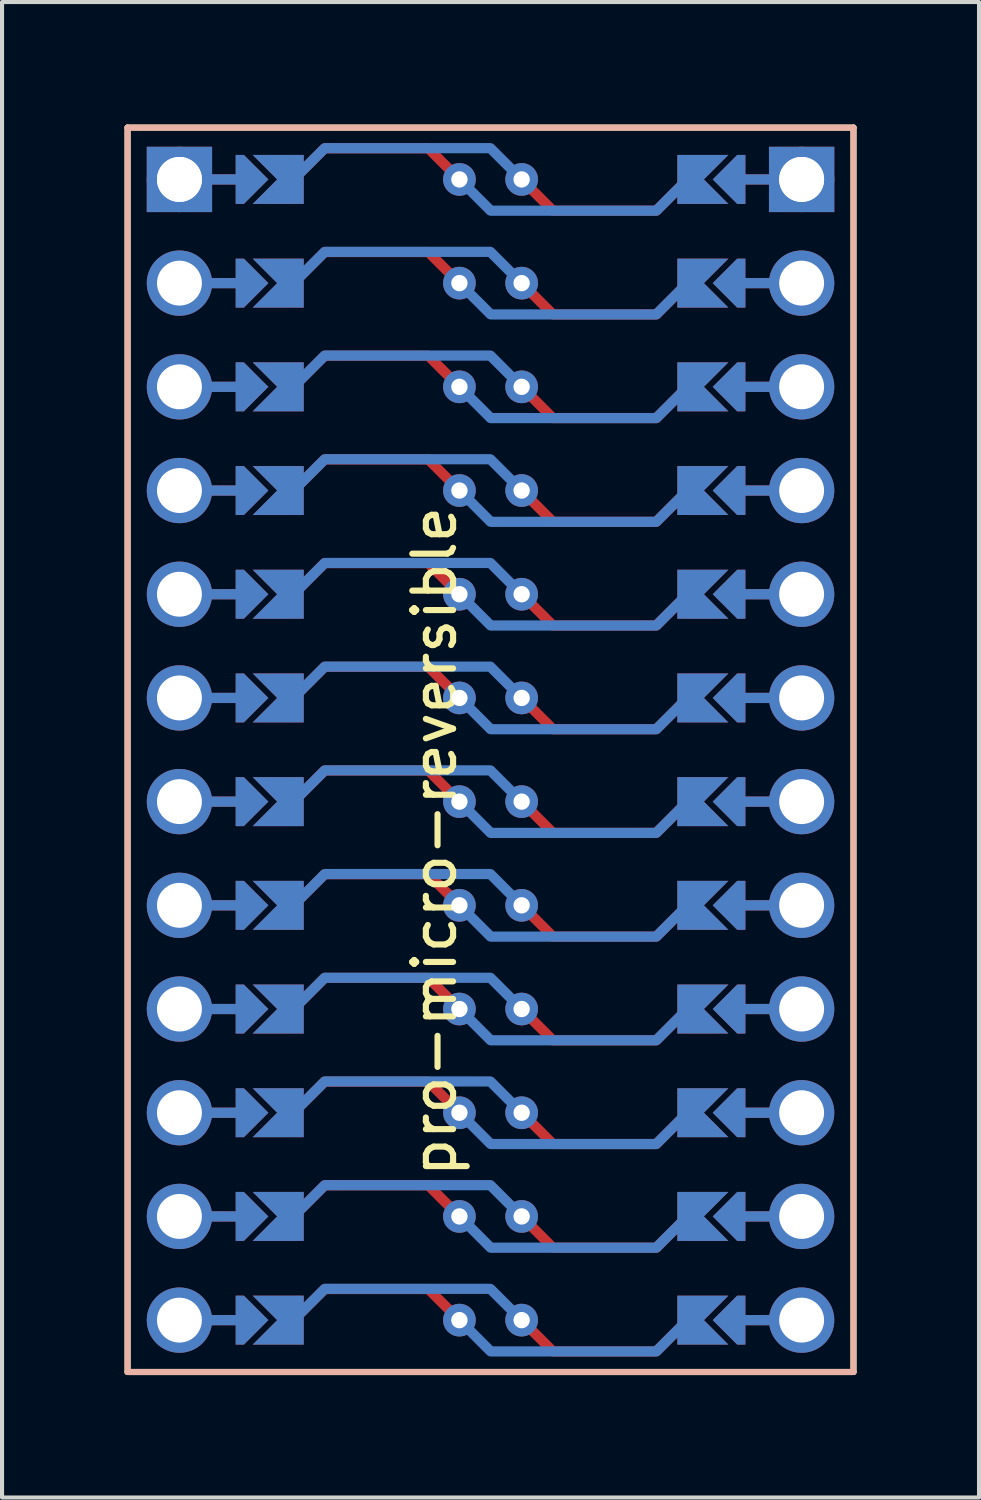
<source format=kicad_pcb>
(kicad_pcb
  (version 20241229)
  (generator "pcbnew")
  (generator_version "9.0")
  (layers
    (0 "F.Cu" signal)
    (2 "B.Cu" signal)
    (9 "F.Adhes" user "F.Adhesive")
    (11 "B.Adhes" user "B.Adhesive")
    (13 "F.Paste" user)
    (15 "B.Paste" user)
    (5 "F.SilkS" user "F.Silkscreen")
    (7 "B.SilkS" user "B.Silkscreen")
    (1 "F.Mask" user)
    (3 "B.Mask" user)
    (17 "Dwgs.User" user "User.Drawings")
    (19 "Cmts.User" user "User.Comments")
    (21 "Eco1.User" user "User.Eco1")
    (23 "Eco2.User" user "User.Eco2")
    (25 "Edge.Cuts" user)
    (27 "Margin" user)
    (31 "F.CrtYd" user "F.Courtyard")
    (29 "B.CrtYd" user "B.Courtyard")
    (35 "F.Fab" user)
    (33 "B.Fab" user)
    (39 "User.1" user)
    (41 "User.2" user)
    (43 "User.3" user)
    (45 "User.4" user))
  (footprint "pro-micro-reversible"
    (layer "F.Cu")
    (at 8.863 14.797)
    (property "Reference" "pro-micro-reversible" (at -1.27 2.762 90) (layer "F.SilkS") (effects (font (size 1 1) (thickness 0.15))))
    (attr through_hole)
    (fp_rect (start -5.994 -13.96) (end -4.978 -12.944) (stroke (width 0.1) (type solid)) (fill yes) (layer "F.Mask"))
    (fp_rect (start -5.994 -11.42) (end -4.978 -10.404) (stroke (width 0.1) (type solid)) (fill yes) (layer "F.Mask"))
    (fp_rect (start -5.994 -8.88) (end -4.978 -7.864) (stroke (width 0.1) (type solid)) (fill yes) (layer "F.Mask"))
    (fp_rect (start -5.994 -6.34) (end -4.978 -5.324) (stroke (width 0.1) (type solid)) (fill yes) (layer "F.Mask"))
    (fp_rect (start -5.994 -3.8) (end -4.978 -2.784) (stroke (width 0.1) (type solid)) (fill yes) (layer "F.Mask"))
    (fp_rect (start -5.994 -1.26) (end -4.978 -0.244) (stroke (width 0.1) (type solid)) (fill yes) (layer "F.Mask"))
    (fp_rect (start -5.994 1.28) (end -4.978 2.296) (stroke (width 0.1) (type solid)) (fill yes) (layer "F.Mask"))
    (fp_rect (start -5.994 3.82) (end -4.978 4.836) (stroke (width 0.1) (type solid)) (fill yes) (layer "F.Mask"))
    (fp_rect (start -5.994 6.36) (end -4.978 7.376) (stroke (width 0.1) (type solid)) (fill yes) (layer "F.Mask"))
    (fp_rect (start -5.994 8.9) (end -4.978 9.916) (stroke (width 0.1) (type solid)) (fill yes) (layer "F.Mask"))
    (fp_rect (start -5.994 11.44) (end -4.978 12.456) (stroke (width 0.1) (type solid)) (fill yes) (layer "F.Mask"))
    (fp_rect (start -5.994 13.98) (end -4.978 14.996) (stroke (width 0.1) (type solid)) (fill yes) (layer "F.Mask"))
    (fp_rect (start 5.182 -13.96) (end 6.198 -12.944) (stroke (width 0.1) (type solid)) (fill yes) (layer "F.Mask"))
    (fp_rect (start 5.182 -11.42) (end 6.198 -10.404) (stroke (width 0.1) (type solid)) (fill yes) (layer "F.Mask"))
    (fp_rect (start 5.182 -8.88) (end 6.198 -7.864) (stroke (width 0.1) (type solid)) (fill yes) (layer "F.Mask"))
    (fp_rect (start 5.182 -6.34) (end 6.198 -5.324) (stroke (width 0.1) (type solid)) (fill yes) (layer "F.Mask"))
    (fp_rect (start 5.182 -3.8) (end 6.198 -2.784) (stroke (width 0.1) (type solid)) (fill yes) (layer "F.Mask"))
    (fp_rect (start 5.182 -1.26) (end 6.198 -0.244) (stroke (width 0.1) (type solid)) (fill yes) (layer "F.Mask"))
    (fp_rect (start 5.182 1.28) (end 6.198 2.296) (stroke (width 0.1) (type solid)) (fill yes) (layer "F.Mask"))
    (fp_rect (start 5.182 3.82) (end 6.198 4.836) (stroke (width 0.1) (type solid)) (fill yes) (layer "F.Mask"))
    (fp_rect (start 5.182 6.36) (end 6.198 7.376) (stroke (width 0.1) (type solid)) (fill yes) (layer "F.Mask"))
    (fp_rect (start 5.182 8.9) (end 6.198 9.916) (stroke (width 0.1) (type solid)) (fill yes) (layer "F.Mask"))
    (fp_rect (start 5.182 11.44) (end 6.198 12.456) (stroke (width 0.1) (type solid)) (fill yes) (layer "F.Mask"))
    (fp_rect (start 5.182 13.98) (end 6.198 14.996) (stroke (width 0.1) (type solid)) (fill yes) (layer "F.Mask"))
    (fp_circle (center -0.66 -13.452) (end -0.66 -13.327) (stroke (width 0.25) (type solid)) (fill no) (layer "F.Mask"))
    (fp_circle (center -0.66 -10.912) (end -0.66 -10.787) (stroke (width 0.25) (type solid)) (fill no) (layer "F.Mask"))
    (fp_circle (center -0.66 -8.372) (end -0.66 -8.247) (stroke (width 0.25) (type solid)) (fill no) (layer "F.Mask"))
    (fp_circle (center -0.66 -5.832) (end -0.66 -5.707) (stroke (width 0.25) (type solid)) (fill no) (layer "F.Mask"))
    (fp_circle (center -0.66 -3.292) (end -0.66 -3.167) (stroke (width 0.25) (type solid)) (fill no) (layer "F.Mask"))
    (fp_circle (center -0.66 -0.752) (end -0.66 -0.627) (stroke (width 0.25) (type solid)) (fill no) (layer "F.Mask"))
    (fp_circle (center -0.66 1.788) (end -0.66 1.913) (stroke (width 0.25) (type solid)) (fill no) (layer "F.Mask"))
    (fp_circle (center -0.66 4.328) (end -0.66 4.453) (stroke (width 0.25) (type solid)) (fill no) (layer "F.Mask"))
    (fp_circle (center -0.66 6.868) (end -0.66 6.993) (stroke (width 0.25) (type solid)) (fill no) (layer "F.Mask"))
    (fp_circle (center -0.66 9.408) (end -0.66 9.533) (stroke (width 0.25) (type solid)) (fill no) (layer "F.Mask"))
    (fp_circle (center -0.66 11.948) (end -0.66 12.073) (stroke (width 0.25) (type solid)) (fill no) (layer "F.Mask"))
    (fp_circle (center -0.66 14.488) (end -0.66 14.613) (stroke (width 0.25) (type solid)) (fill no) (layer "F.Mask"))
    (fp_circle (center 0.864 -13.452) (end 0.864 -13.327) (stroke (width 0.25) (type solid)) (fill no) (layer "F.Mask"))
    (fp_circle (center 0.864 -10.912) (end 0.864 -10.787) (stroke (width 0.25) (type solid)) (fill no) (layer "F.Mask"))
    (fp_circle (center 0.864 -8.372) (end 0.864 -8.247) (stroke (width 0.25) (type solid)) (fill no) (layer "F.Mask"))
    (fp_circle (center 0.864 -5.832) (end 0.864 -5.707) (stroke (width 0.25) (type solid)) (fill no) (layer "F.Mask"))
    (fp_circle (center 0.864 -3.292) (end 0.864 -3.167) (stroke (width 0.25) (type solid)) (fill no) (layer "F.Mask"))
    (fp_circle (center 0.864 -0.752) (end 0.864 -0.627) (stroke (width 0.25) (type solid)) (fill no) (layer "F.Mask"))
    (fp_circle (center 0.864 1.788) (end 0.864 1.913) (stroke (width 0.25) (type solid)) (fill no) (layer "F.Mask"))
    (fp_circle (center 0.864 4.328) (end 0.864 4.453) (stroke (width 0.25) (type solid)) (fill no) (layer "F.Mask"))
    (fp_circle (center 0.864 6.868) (end 0.864 6.993) (stroke (width 0.25) (type solid)) (fill no) (layer "F.Mask"))
    (fp_circle (center 0.864 9.408) (end 0.864 9.533) (stroke (width 0.25) (type solid)) (fill no) (layer "F.Mask"))
    (fp_circle (center 0.864 11.948) (end 0.864 12.073) (stroke (width 0.25) (type solid)) (fill no) (layer "F.Mask"))
    (fp_circle (center 0.864 14.488) (end 0.864 14.613) (stroke (width 0.25) (type solid)) (fill no) (layer "F.Mask"))
    (fp_rect (start -5.994 -13.96) (end -4.978 -12.944) (stroke (width 0.1) (type solid)) (fill yes) (layer "B.Mask"))
    (fp_rect (start -5.994 -11.42) (end -4.978 -10.404) (stroke (width 0.1) (type solid)) (fill yes) (layer "B.Mask"))
    (fp_rect (start -5.994 -8.88) (end -4.978 -7.864) (stroke (width 0.1) (type solid)) (fill yes) (layer "B.Mask"))
    (fp_rect (start -5.994 -6.34) (end -4.978 -5.324) (stroke (width 0.1) (type solid)) (fill yes) (layer "B.Mask"))
    (fp_rect (start -5.994 -3.8) (end -4.978 -2.784) (stroke (width 0.1) (type solid)) (fill yes) (layer "B.Mask"))
    (fp_rect (start -5.994 -1.26) (end -4.978 -0.244) (stroke (width 0.1) (type solid)) (fill yes) (layer "B.Mask"))
    (fp_rect (start -5.994 1.28) (end -4.978 2.296) (stroke (width 0.1) (type solid)) (fill yes) (layer "B.Mask"))
    (fp_rect (start -5.994 3.82) (end -4.978 4.836) (stroke (width 0.1) (type solid)) (fill yes) (layer "B.Mask"))
    (fp_rect (start -5.994 6.36) (end -4.978 7.376) (stroke (width 0.1) (type solid)) (fill yes) (layer "B.Mask"))
    (fp_rect (start -5.994 8.9) (end -4.978 9.916) (stroke (width 0.1) (type solid)) (fill yes) (layer "B.Mask"))
    (fp_rect (start -5.994 11.44) (end -4.978 12.456) (stroke (width 0.1) (type solid)) (fill yes) (layer "B.Mask"))
    (fp_rect (start -5.994 13.98) (end -4.978 14.996) (stroke (width 0.1) (type solid)) (fill yes) (layer "B.Mask"))
    (fp_rect (start 5.182 -13.96) (end 6.198 -12.944) (stroke (width 0.1) (type solid)) (fill yes) (layer "B.Mask"))
    (fp_rect (start 5.182 -11.42) (end 6.198 -10.404) (stroke (width 0.1) (type solid)) (fill yes) (layer "B.Mask"))
    (fp_rect (start 5.182 -8.88) (end 6.198 -7.864) (stroke (width 0.1) (type solid)) (fill yes) (layer "B.Mask"))
    (fp_rect (start 5.182 -6.34) (end 6.198 -5.324) (stroke (width 0.1) (type solid)) (fill yes) (layer "B.Mask"))
    (fp_rect (start 5.182 -3.8) (end 6.198 -2.784) (stroke (width 0.1) (type solid)) (fill yes) (layer "B.Mask"))
    (fp_rect (start 5.182 -1.26) (end 6.198 -0.244) (stroke (width 0.1) (type solid)) (fill yes) (layer "B.Mask"))
    (fp_rect (start 5.182 1.28) (end 6.198 2.296) (stroke (width 0.1) (type solid)) (fill yes) (layer "B.Mask"))
    (fp_rect (start 5.182 3.82) (end 6.198 4.836) (stroke (width 0.1) (type solid)) (fill yes) (layer "B.Mask"))
    (fp_rect (start 5.182 6.36) (end 6.198 7.376) (stroke (width 0.1) (type solid)) (fill yes) (layer "B.Mask"))
    (fp_rect (start 5.182 8.9) (end 6.198 9.916) (stroke (width 0.1) (type solid)) (fill yes) (layer "B.Mask"))
    (fp_rect (start 5.182 11.44) (end 6.198 12.456) (stroke (width 0.1) (type solid)) (fill yes) (layer "B.Mask"))
    (fp_rect (start 5.182 13.98) (end 6.198 14.996) (stroke (width 0.1) (type solid)) (fill yes) (layer "B.Mask"))
    (fp_circle (center -0.66 -13.452) (end -0.66 -13.327) (stroke (width 0.25) (type solid)) (fill no) (layer "B.Mask"))
    (fp_circle (center -0.66 -10.912) (end -0.66 -10.787) (stroke (width 0.25) (type solid)) (fill no) (layer "B.Mask"))
    (fp_circle (center -0.66 -8.372) (end -0.66 -8.247) (stroke (width 0.25) (type solid)) (fill no) (layer "B.Mask"))
    (fp_circle (center -0.66 -5.832) (end -0.66 -5.707) (stroke (width 0.25) (type solid)) (fill no) (layer "B.Mask"))
    (fp_circle (center -0.66 -3.292) (end -0.66 -3.167) (stroke (width 0.25) (type solid)) (fill no) (layer "B.Mask"))
    (fp_circle (center -0.66 -0.752) (end -0.66 -0.627) (stroke (width 0.25) (type solid)) (fill no) (layer "B.Mask"))
    (fp_circle (center -0.66 1.788) (end -0.66 1.913) (stroke (width 0.25) (type solid)) (fill no) (layer "B.Mask"))
    (fp_circle (center -0.66 4.328) (end -0.66 4.453) (stroke (width 0.25) (type solid)) (fill no) (layer "B.Mask"))
    (fp_circle (center -0.66 6.868) (end -0.66 6.993) (stroke (width 0.25) (type solid)) (fill no) (layer "B.Mask"))
    (fp_circle (center -0.66 9.408) (end -0.66 9.533) (stroke (width 0.25) (type solid)) (fill no) (layer "B.Mask"))
    (fp_circle (center -0.66 11.948) (end -0.66 12.073) (stroke (width 0.25) (type solid)) (fill no) (layer "B.Mask"))
    (fp_circle (center -0.66 14.488) (end -0.66 14.613) (stroke (width 0.25) (type solid)) (fill no) (layer "B.Mask"))
    (fp_circle (center 0.864 -13.452) (end 0.864 -13.327) (stroke (width 0.25) (type solid)) (fill no) (layer "B.Mask"))
    (fp_circle (center 0.864 -10.912) (end 0.864 -10.787) (stroke (width 0.25) (type solid)) (fill no) (layer "B.Mask"))
    (fp_circle (center 0.864 -8.372) (end 0.864 -8.247) (stroke (width 0.25) (type solid)) (fill no) (layer "B.Mask"))
    (fp_circle (center 0.864 -5.832) (end 0.864 -5.707) (stroke (width 0.25) (type solid)) (fill no) (layer "B.Mask"))
    (fp_circle (center 0.864 -3.292) (end 0.864 -3.167) (stroke (width 0.25) (type solid)) (fill no) (layer "B.Mask"))
    (fp_circle (center 0.864 -0.752) (end 0.864 -0.627) (stroke (width 0.25) (type solid)) (fill no) (layer "B.Mask"))
    (fp_circle (center 0.864 1.788) (end 0.864 1.913) (stroke (width 0.25) (type solid)) (fill no) (layer "B.Mask"))
    (fp_circle (center 0.864 4.328) (end 0.864 4.453) (stroke (width 0.25) (type solid)) (fill no) (layer "B.Mask"))
    (fp_circle (center 0.864 6.868) (end 0.864 6.993) (stroke (width 0.25) (type solid)) (fill no) (layer "B.Mask"))
    (fp_circle (center 0.864 9.408) (end 0.864 9.533) (stroke (width 0.25) (type solid)) (fill no) (layer "B.Mask"))
    (fp_circle (center 0.864 11.948) (end 0.864 12.073) (stroke (width 0.25) (type solid)) (fill no) (layer "B.Mask"))
    (fp_circle (center 0.864 14.488) (end 0.864 14.613) (stroke (width 0.25) (type solid)) (fill no) (layer "B.Mask"))
    (fp_line (start -8.788 -14.722) (end -8.788 15.758) (stroke (width 0.15) (type solid)) (layer "F.SilkS"))
    (fp_line (start -8.788 -14.722) (end 8.992 -14.722) (stroke (width 0.15) (type solid)) (layer "F.SilkS"))
    (fp_line (start 8.992 -14.722) (end 8.992 15.758) (stroke (width 0.15) (type solid)) (layer "F.SilkS"))
    (fp_line (start 8.992 15.758) (end -8.788 15.758) (stroke (width 0.15) (type solid)) (layer "F.SilkS"))
    (fp_line (start -8.788 -14.722) (end -8.788 15.758) (stroke (width 0.15) (type solid)) (layer "B.SilkS"))
    (fp_line (start -8.788 -14.722) (end 8.992 -14.722) (stroke (width 0.15) (type solid)) (layer "B.SilkS"))
    (fp_line (start 8.992 -14.722) (end 8.992 15.758) (stroke (width 0.15) (type solid)) (layer "B.SilkS"))
    (fp_line (start 8.992 15.758) (end -8.788 15.758) (stroke (width 0.15) (type solid)) (layer "B.SilkS"))
    (pad "" thru_hole circle (at -7.518 -13.452 270) (size 1.6 1.6) (drill 1.1) (layers "*.Cu" "*.Mask"))
    (pad "" thru_hole rect (at -7.518 -13.452 270) (size 1.6 1.6) (drill 1.1) (layers "F.Cu" "F.Mask"))
    (pad "" thru_hole circle (at -7.518 -10.912 270) (size 1.6 1.6) (drill 1.1) (layers "*.Cu" "*.Mask"))
    (pad "" thru_hole circle (at -7.518 -8.372 270) (size 1.6 1.6) (drill 1.1) (layers "*.Cu" "*.Mask"))
    (pad "" thru_hole circle (at -7.518 -5.832 270) (size 1.6 1.6) (drill 1.1) (layers "*.Cu" "*.Mask"))
    (pad "" thru_hole circle (at -7.518 -3.292 270) (size 1.6 1.6) (drill 1.1) (layers "*.Cu" "*.Mask"))
    (pad "" thru_hole circle (at -7.518 -0.752 270) (size 1.6 1.6) (drill 1.1) (layers "*.Cu" "*.Mask"))
    (pad "" thru_hole circle (at -7.518 1.788 270) (size 1.6 1.6) (drill 1.1) (layers "*.Cu" "*.Mask"))
    (pad "" thru_hole circle (at -7.518 4.328 270) (size 1.6 1.6) (drill 1.1) (layers "*.Cu" "*.Mask"))
    (pad "" thru_hole circle (at -7.518 6.868 270) (size 1.6 1.6) (drill 1.1) (layers "*.Cu" "*.Mask"))
    (pad "" thru_hole circle (at -7.518 9.408 270) (size 1.6 1.6) (drill 1.1) (layers "*.Cu" "*.Mask"))
    (pad "" thru_hole circle (at -7.518 11.948 270) (size 1.6 1.6) (drill 1.1) (layers "*.Cu" "*.Mask"))
    (pad "" thru_hole circle (at -7.518 14.488 270) (size 1.6 1.6) (drill 1.1) (layers "*.Cu" "*.Mask"))
    (pad "" smd custom (at -6.248 -13.452 90) (size 0.25 1) (layers "F.Cu") (options (anchor rect)) (primitives))
    (pad "" smd custom (at -6.248 -13.452 90) (size 0.25 1) (layers "B.Cu") (options (anchor rect)) (primitives))
    (pad "" smd custom (at -6.248 -10.912 90) (size 0.25 1) (layers "F.Cu") (options (anchor rect)) (primitives))
    (pad "" smd custom (at -6.248 -10.912 90) (size 0.25 1) (layers "B.Cu") (options (anchor rect)) (primitives))
    (pad "" smd custom (at -6.248 -8.372 90) (size 0.25 1) (layers "F.Cu") (options (anchor rect)) (primitives))
    (pad "" smd custom (at -6.248 -8.372 90) (size 0.25 1) (layers "B.Cu") (options (anchor rect)) (primitives))
    (pad "" smd custom (at -6.248 -5.832 90) (size 0.25 1) (layers "F.Cu") (options (anchor rect)) (primitives))
    (pad "" smd custom (at -6.248 -5.832 90) (size 0.25 1) (layers "B.Cu") (options (anchor rect)) (primitives))
    (pad "" smd custom (at -6.248 -3.292 90) (size 0.25 1) (layers "F.Cu") (options (anchor rect)) (primitives))
    (pad "" smd custom (at -6.248 -3.292 90) (size 0.25 1) (layers "B.Cu") (options (anchor rect)) (primitives))
    (pad "" smd custom (at -6.248 -0.752 90) (size 0.25 1) (layers "F.Cu") (options (anchor rect)) (primitives))
    (pad "" smd custom (at -6.248 -0.752 90) (size 0.25 1) (layers "B.Cu") (options (anchor rect)) (primitives))
    (pad "" smd custom (at -6.248 1.788 90) (size 0.25 1) (layers "F.Cu") (options (anchor rect)) (primitives))
    (pad "" smd custom (at -6.248 1.788 90) (size 0.25 1) (layers "B.Cu") (options (anchor rect)) (primitives))
    (pad "" smd custom (at -6.248 4.328 90) (size 0.25 1) (layers "F.Cu") (options (anchor rect)) (primitives))
    (pad "" smd custom (at -6.248 4.328 90) (size 0.25 1) (layers "B.Cu") (options (anchor rect)) (primitives))
    (pad "" smd custom (at -6.248 6.868 90) (size 0.25 1) (layers "F.Cu") (options (anchor rect)) (primitives))
    (pad "" smd custom (at -6.248 6.868 90) (size 0.25 1) (layers "B.Cu") (options (anchor rect)) (primitives))
    (pad "" smd custom (at -6.248 9.408 90) (size 0.25 1) (layers "F.Cu") (options (anchor rect)) (primitives))
    (pad "" smd custom (at -6.248 9.408 90) (size 0.25 1) (layers "B.Cu") (options (anchor rect)) (primitives))
    (pad "" smd custom (at -6.248 11.948 90) (size 0.25 1) (layers "F.Cu") (options (anchor rect)) (primitives))
    (pad "" smd custom (at -6.248 11.948 90) (size 0.25 1) (layers "B.Cu") (options (anchor rect)) (primitives))
    (pad "" smd custom (at -6.248 14.488 90) (size 0.25 1) (layers "F.Cu") (options (anchor rect)) (primitives))
    (pad "" smd custom (at -6.248 14.488 90) (size 0.25 1) (layers "B.Cu") (options (anchor rect)) (primitives))
    (pad "" smd custom (at -5.74 -13.452 90) (size 0.1 0.1) (layers "F.Cu" "F.Mask") (options (anchor rect)) (primitives (gr_poly (pts (xy 0.6 -0.4) (xy -0.6 -0.4) (xy -0.6 -0.2) (xy 0 0.4) (xy 0.6 -0.2)) (width 0) (fill yes))))
    (pad "" smd custom (at -5.74 -13.452 90) (size 0.1 0.1) (layers "B.Cu" "B.Mask") (options (anchor rect)) (primitives (gr_poly (pts (xy 0.6 -0.4) (xy -0.6 -0.4) (xy -0.6 -0.2) (xy 0 0.4) (xy 0.6 -0.2)) (width 0) (fill yes))))
    (pad "" smd custom (at -5.74 -10.912 90) (size 0.1 0.1) (layers "F.Cu" "F.Mask") (options (anchor rect)) (primitives (gr_poly (pts (xy 0.6 -0.4) (xy -0.6 -0.4) (xy -0.6 -0.2) (xy 0 0.4) (xy 0.6 -0.2)) (width 0) (fill yes))))
    (pad "" smd custom (at -5.74 -10.912 90) (size 0.1 0.1) (layers "B.Cu" "B.Mask") (options (anchor rect)) (primitives (gr_poly (pts (xy 0.6 -0.4) (xy -0.6 -0.4) (xy -0.6 -0.2) (xy 0 0.4) (xy 0.6 -0.2)) (width 0) (fill yes))))
    (pad "" smd custom (at -5.74 -8.372 90) (size 0.1 0.1) (layers "F.Cu" "F.Mask") (options (anchor rect)) (primitives (gr_poly (pts (xy 0.6 -0.4) (xy -0.6 -0.4) (xy -0.6 -0.2) (xy 0 0.4) (xy 0.6 -0.2)) (width 0) (fill yes))))
    (pad "" smd custom (at -5.74 -8.372 90) (size 0.1 0.1) (layers "B.Cu" "B.Mask") (options (anchor rect)) (primitives (gr_poly (pts (xy 0.6 -0.4) (xy -0.6 -0.4) (xy -0.6 -0.2) (xy 0 0.4) (xy 0.6 -0.2)) (width 0) (fill yes))))
    (pad "" smd custom (at -5.74 -5.832 90) (size 0.1 0.1) (layers "F.Cu" "F.Mask") (options (anchor rect)) (primitives (gr_poly (pts (xy 0.6 -0.4) (xy -0.6 -0.4) (xy -0.6 -0.2) (xy 0 0.4) (xy 0.6 -0.2)) (width 0) (fill yes))))
    (pad "" smd custom (at -5.74 -5.832 90) (size 0.1 0.1) (layers "B.Cu" "B.Mask") (options (anchor rect)) (primitives (gr_poly (pts (xy 0.6 -0.4) (xy -0.6 -0.4) (xy -0.6 -0.2) (xy 0 0.4) (xy 0.6 -0.2)) (width 0) (fill yes))))
    (pad "" smd custom (at -5.74 -3.292 90) (size 0.1 0.1) (layers "F.Cu" "F.Mask") (options (anchor rect)) (primitives (gr_poly (pts (xy 0.6 -0.4) (xy -0.6 -0.4) (xy -0.6 -0.2) (xy 0 0.4) (xy 0.6 -0.2)) (width 0) (fill yes))))
    (pad "" smd custom (at -5.74 -3.292 90) (size 0.1 0.1) (layers "B.Cu" "B.Mask") (options (anchor rect)) (primitives (gr_poly (pts (xy 0.6 -0.4) (xy -0.6 -0.4) (xy -0.6 -0.2) (xy 0 0.4) (xy 0.6 -0.2)) (width 0) (fill yes))))
    (pad "" smd custom (at -5.74 -0.752 90) (size 0.1 0.1) (layers "F.Cu" "F.Mask") (options (anchor rect)) (primitives (gr_poly (pts (xy 0.6 -0.4) (xy -0.6 -0.4) (xy -0.6 -0.2) (xy 0 0.4) (xy 0.6 -0.2)) (width 0) (fill yes))))
    (pad "" smd custom (at -5.74 -0.752 90) (size 0.1 0.1) (layers "B.Cu" "B.Mask") (options (anchor rect)) (primitives (gr_poly (pts (xy 0.6 -0.4) (xy -0.6 -0.4) (xy -0.6 -0.2) (xy 0 0.4) (xy 0.6 -0.2)) (width 0) (fill yes))))
    (pad "" smd custom (at -5.74 1.788 90) (size 0.1 0.1) (layers "F.Cu" "F.Mask") (options (anchor rect)) (primitives (gr_poly (pts (xy 0.6 -0.4) (xy -0.6 -0.4) (xy -0.6 -0.2) (xy 0 0.4) (xy 0.6 -0.2)) (width 0) (fill yes))))
    (pad "" smd custom (at -5.74 1.788 90) (size 0.1 0.1) (layers "B.Cu" "B.Mask") (options (anchor rect)) (primitives (gr_poly (pts (xy 0.6 -0.4) (xy -0.6 -0.4) (xy -0.6 -0.2) (xy 0 0.4) (xy 0.6 -0.2)) (width 0) (fill yes))))
    (pad "" smd custom (at -5.74 4.328 90) (size 0.1 0.1) (layers "F.Cu" "F.Mask") (options (anchor rect)) (primitives (gr_poly (pts (xy 0.6 -0.4) (xy -0.6 -0.4) (xy -0.6 -0.2) (xy 0 0.4) (xy 0.6 -0.2)) (width 0) (fill yes))))
    (pad "" smd custom (at -5.74 4.328 90) (size 0.1 0.1) (layers "B.Cu" "B.Mask") (options (anchor rect)) (primitives (gr_poly (pts (xy 0.6 -0.4) (xy -0.6 -0.4) (xy -0.6 -0.2) (xy 0 0.4) (xy 0.6 -0.2)) (width 0) (fill yes))))
    (pad "" smd custom (at -5.74 6.868 90) (size 0.1 0.1) (layers "F.Cu" "F.Mask") (options (anchor rect)) (primitives (gr_poly (pts (xy 0.6 -0.4) (xy -0.6 -0.4) (xy -0.6 -0.2) (xy 0 0.4) (xy 0.6 -0.2)) (width 0) (fill yes))))
    (pad "" smd custom (at -5.74 6.868 90) (size 0.1 0.1) (layers "B.Cu" "B.Mask") (options (anchor rect)) (primitives (gr_poly (pts (xy 0.6 -0.4) (xy -0.6 -0.4) (xy -0.6 -0.2) (xy 0 0.4) (xy 0.6 -0.2)) (width 0) (fill yes))))
    (pad "" smd custom (at -5.74 9.408 90) (size 0.1 0.1) (layers "F.Cu" "F.Mask") (options (anchor rect)) (primitives (gr_poly (pts (xy 0.6 -0.4) (xy -0.6 -0.4) (xy -0.6 -0.2) (xy 0 0.4) (xy 0.6 -0.2)) (width 0) (fill yes))))
    (pad "" smd custom (at -5.74 9.408 90) (size 0.1 0.1) (layers "B.Cu" "B.Mask") (options (anchor rect)) (primitives (gr_poly (pts (xy 0.6 -0.4) (xy -0.6 -0.4) (xy -0.6 -0.2) (xy 0 0.4) (xy 0.6 -0.2)) (width 0) (fill yes))))
    (pad "" smd custom (at -5.74 11.948 90) (size 0.1 0.1) (layers "F.Cu" "F.Mask") (options (anchor rect)) (primitives (gr_poly (pts (xy 0.6 -0.4) (xy -0.6 -0.4) (xy -0.6 -0.2) (xy 0 0.4) (xy 0.6 -0.2)) (width 0) (fill yes))))
    (pad "" smd custom (at -5.74 11.948 90) (size 0.1 0.1) (layers "B.Cu" "B.Mask") (options (anchor rect)) (primitives (gr_poly (pts (xy 0.6 -0.4) (xy -0.6 -0.4) (xy -0.6 -0.2) (xy 0 0.4) (xy 0.6 -0.2)) (width 0) (fill yes))))
    (pad "" smd custom (at -5.74 14.488 90) (size 0.1 0.1) (layers "F.Cu" "F.Mask") (options (anchor rect)) (primitives (gr_poly (pts (xy 0.6 -0.4) (xy -0.6 -0.4) (xy -0.6 -0.2) (xy 0 0.4) (xy 0.6 -0.2)) (width 0) (fill yes))))
    (pad "" smd custom (at -5.74 14.488 90) (size 0.1 0.1) (layers "B.Cu" "B.Mask") (options (anchor rect)) (primitives (gr_poly (pts (xy 0.6 -0.4) (xy -0.6 -0.4) (xy -0.6 -0.2) (xy 0 0.4) (xy 0.6 -0.2)) (width 0) (fill yes))))
    (pad "" smd custom (at 5.944 -13.452 270) (size 0.1 0.1) (layers "F.Cu" "F.Mask") (options (anchor rect)) (primitives (gr_poly (pts (xy 0.6 -0.4) (xy -0.6 -0.4) (xy -0.6 -0.2) (xy 0 0.4) (xy 0.6 -0.2)) (width 0) (fill yes))))
    (pad "" smd custom (at 5.944 -13.452 270) (size 0.1 0.1) (layers "B.Cu" "B.Mask") (options (anchor rect)) (primitives (gr_poly (pts (xy 0.6 -0.4) (xy -0.6 -0.4) (xy -0.6 -0.2) (xy 0 0.4) (xy 0.6 -0.2)) (width 0) (fill yes))))
    (pad "" smd custom (at 5.944 -10.912 270) (size 0.1 0.1) (layers "F.Cu" "F.Mask") (options (anchor rect)) (primitives (gr_poly (pts (xy 0.6 -0.4) (xy -0.6 -0.4) (xy -0.6 -0.2) (xy 0 0.4) (xy 0.6 -0.2)) (width 0) (fill yes))))
    (pad "" smd custom (at 5.944 -10.912 270) (size 0.1 0.1) (layers "B.Cu" "B.Mask") (options (anchor rect)) (primitives (gr_poly (pts (xy 0.6 -0.4) (xy -0.6 -0.4) (xy -0.6 -0.2) (xy 0 0.4) (xy 0.6 -0.2)) (width 0) (fill yes))))
    (pad "" smd custom (at 5.944 -8.372 270) (size 0.1 0.1) (layers "F.Cu" "F.Mask") (options (anchor rect)) (primitives (gr_poly (pts (xy 0.6 -0.4) (xy -0.6 -0.4) (xy -0.6 -0.2) (xy 0 0.4) (xy 0.6 -0.2)) (width 0) (fill yes))))
    (pad "" smd custom (at 5.944 -8.372 270) (size 0.1 0.1) (layers "B.Cu" "B.Mask") (options (anchor rect)) (primitives (gr_poly (pts (xy 0.6 -0.4) (xy -0.6 -0.4) (xy -0.6 -0.2) (xy 0 0.4) (xy 0.6 -0.2)) (width 0) (fill yes))))
    (pad "" smd custom (at 5.944 -5.832 270) (size 0.1 0.1) (layers "F.Cu" "F.Mask") (options (anchor rect)) (primitives (gr_poly (pts (xy 0.6 -0.4) (xy -0.6 -0.4) (xy -0.6 -0.2) (xy 0 0.4) (xy 0.6 -0.2)) (width 0) (fill yes))))
    (pad "" smd custom (at 5.944 -5.832 270) (size 0.1 0.1) (layers "B.Cu" "B.Mask") (options (anchor rect)) (primitives (gr_poly (pts (xy 0.6 -0.4) (xy -0.6 -0.4) (xy -0.6 -0.2) (xy 0 0.4) (xy 0.6 -0.2)) (width 0) (fill yes))))
    (pad "" smd custom (at 5.944 -3.292 270) (size 0.1 0.1) (layers "F.Cu" "F.Mask") (options (anchor rect)) (primitives (gr_poly (pts (xy 0.6 -0.4) (xy -0.6 -0.4) (xy -0.6 -0.2) (xy 0 0.4) (xy 0.6 -0.2)) (width 0) (fill yes))))
    (pad "" smd custom (at 5.944 -3.292 270) (size 0.1 0.1) (layers "B.Cu" "B.Mask") (options (anchor rect)) (primitives (gr_poly (pts (xy 0.6 -0.4) (xy -0.6 -0.4) (xy -0.6 -0.2) (xy 0 0.4) (xy 0.6 -0.2)) (width 0) (fill yes))))
    (pad "" smd custom (at 5.944 -0.752 270) (size 0.1 0.1) (layers "F.Cu" "F.Mask") (options (anchor rect)) (primitives (gr_poly (pts (xy 0.6 -0.4) (xy -0.6 -0.4) (xy -0.6 -0.2) (xy 0 0.4) (xy 0.6 -0.2)) (width 0) (fill yes))))
    (pad "" smd custom (at 5.944 -0.752 270) (size 0.1 0.1) (layers "B.Cu" "B.Mask") (options (anchor rect)) (primitives (gr_poly (pts (xy 0.6 -0.4) (xy -0.6 -0.4) (xy -0.6 -0.2) (xy 0 0.4) (xy 0.6 -0.2)) (width 0) (fill yes))))
    (pad "" smd custom (at 5.944 1.788 270) (size 0.1 0.1) (layers "F.Cu" "F.Mask") (options (anchor rect)) (primitives (gr_poly (pts (xy 0.6 -0.4) (xy -0.6 -0.4) (xy -0.6 -0.2) (xy 0 0.4) (xy 0.6 -0.2)) (width 0) (fill yes))))
    (pad "" smd custom (at 5.944 1.788 270) (size 0.1 0.1) (layers "B.Cu" "B.Mask") (options (anchor rect)) (primitives (gr_poly (pts (xy 0.6 -0.4) (xy -0.6 -0.4) (xy -0.6 -0.2) (xy 0 0.4) (xy 0.6 -0.2)) (width 0) (fill yes))))
    (pad "" smd custom (at 5.944 4.328 270) (size 0.1 0.1) (layers "F.Cu" "F.Mask") (options (anchor rect)) (primitives (gr_poly (pts (xy 0.6 -0.4) (xy -0.6 -0.4) (xy -0.6 -0.2) (xy 0 0.4) (xy 0.6 -0.2)) (width 0) (fill yes))))
    (pad "" smd custom (at 5.944 4.328 270) (size 0.1 0.1) (layers "B.Cu" "B.Mask") (options (anchor rect)) (primitives (gr_poly (pts (xy 0.6 -0.4) (xy -0.6 -0.4) (xy -0.6 -0.2) (xy 0 0.4) (xy 0.6 -0.2)) (width 0) (fill yes))))
    (pad "" smd custom (at 5.944 6.868 270) (size 0.1 0.1) (layers "F.Cu" "F.Mask") (options (anchor rect)) (primitives (gr_poly (pts (xy 0.6 -0.4) (xy -0.6 -0.4) (xy -0.6 -0.2) (xy 0 0.4) (xy 0.6 -0.2)) (width 0) (fill yes))))
    (pad "" smd custom (at 5.944 6.868 270) (size 0.1 0.1) (layers "B.Cu" "B.Mask") (options (anchor rect)) (primitives (gr_poly (pts (xy 0.6 -0.4) (xy -0.6 -0.4) (xy -0.6 -0.2) (xy 0 0.4) (xy 0.6 -0.2)) (width 0) (fill yes))))
    (pad "" smd custom (at 5.944 9.408 270) (size 0.1 0.1) (layers "F.Cu" "F.Mask") (options (anchor rect)) (primitives (gr_poly (pts (xy 0.6 -0.4) (xy -0.6 -0.4) (xy -0.6 -0.2) (xy 0 0.4) (xy 0.6 -0.2)) (width 0) (fill yes))))
    (pad "" smd custom (at 5.944 9.408 270) (size 0.1 0.1) (layers "B.Cu" "B.Mask") (options (anchor rect)) (primitives (gr_poly (pts (xy 0.6 -0.4) (xy -0.6 -0.4) (xy -0.6 -0.2) (xy 0 0.4) (xy 0.6 -0.2)) (width 0) (fill yes))))
    (pad "" smd custom (at 5.944 11.948 270) (size 0.1 0.1) (layers "F.Cu" "F.Mask") (options (anchor rect)) (primitives (gr_poly (pts (xy 0.6 -0.4) (xy -0.6 -0.4) (xy -0.6 -0.2) (xy 0 0.4) (xy 0.6 -0.2)) (width 0) (fill yes))))
    (pad "" smd custom (at 5.944 11.948 270) (size 0.1 0.1) (layers "B.Cu" "B.Mask") (options (anchor rect)) (primitives (gr_poly (pts (xy 0.6 -0.4) (xy -0.6 -0.4) (xy -0.6 -0.2) (xy 0 0.4) (xy 0.6 -0.2)) (width 0) (fill yes))))
    (pad "" smd custom (at 5.944 14.488 270) (size 0.1 0.1) (layers "F.Cu" "F.Mask") (options (anchor rect)) (primitives (gr_poly (pts (xy 0.6 -0.4) (xy -0.6 -0.4) (xy -0.6 -0.2) (xy 0 0.4) (xy 0.6 -0.2)) (width 0) (fill yes))))
    (pad "" smd custom (at 5.944 14.488 270) (size 0.1 0.1) (layers "B.Cu" "B.Mask") (options (anchor rect)) (primitives (gr_poly (pts (xy 0.6 -0.4) (xy -0.6 -0.4) (xy -0.6 -0.2) (xy 0 0.4) (xy 0.6 -0.2)) (width 0) (fill yes))))
    (pad "" smd custom (at 6.452 -13.452 270) (size 0.25 1) (layers "F.Cu") (options (anchor rect)) (primitives))
    (pad "" smd custom (at 6.452 -13.452 270) (size 0.25 1) (layers "B.Cu") (options (anchor rect)) (primitives))
    (pad "" smd custom (at 6.452 -10.912 270) (size 0.25 1) (layers "F.Cu") (options (anchor rect)) (primitives))
    (pad "" smd custom (at 6.452 -10.912 270) (size 0.25 1) (layers "B.Cu") (options (anchor rect)) (primitives))
    (pad "" smd custom (at 6.452 -8.372 270) (size 0.25 1) (layers "F.Cu") (options (anchor rect)) (primitives))
    (pad "" smd custom (at 6.452 -8.372 270) (size 0.25 1) (layers "B.Cu") (options (anchor rect)) (primitives))
    (pad "" smd custom (at 6.452 -5.832 270) (size 0.25 1) (layers "F.Cu") (options (anchor rect)) (primitives))
    (pad "" smd custom (at 6.452 -5.832 270) (size 0.25 1) (layers "B.Cu") (options (anchor rect)) (primitives))
    (pad "" smd custom (at 6.452 -3.292 270) (size 0.25 1) (layers "F.Cu") (options (anchor rect)) (primitives))
    (pad "" smd custom (at 6.452 -3.292 270) (size 0.25 1) (layers "B.Cu") (options (anchor rect)) (primitives))
    (pad "" smd custom (at 6.452 -0.752 270) (size 0.25 1) (layers "F.Cu") (options (anchor rect)) (primitives))
    (pad "" smd custom (at 6.452 -0.752 270) (size 0.25 1) (layers "B.Cu") (options (anchor rect)) (primitives))
    (pad "" smd custom (at 6.452 1.788 270) (size 0.25 1) (layers "F.Cu") (options (anchor rect)) (primitives))
    (pad "" smd custom (at 6.452 1.788 270) (size 0.25 1) (layers "B.Cu") (options (anchor rect)) (primitives))
    (pad "" smd custom (at 6.452 4.328 270) (size 0.25 1) (layers "F.Cu") (options (anchor rect)) (primitives))
    (pad "" smd custom (at 6.452 4.328 270) (size 0.25 1) (layers "B.Cu") (options (anchor rect)) (primitives))
    (pad "" smd custom (at 6.452 6.868 270) (size 0.25 1) (layers "F.Cu") (options (anchor rect)) (primitives))
    (pad "" smd custom (at 6.452 6.868 270) (size 0.25 1) (layers "B.Cu") (options (anchor rect)) (primitives))
    (pad "" smd custom (at 6.452 9.408 270) (size 0.25 1) (layers "F.Cu") (options (anchor rect)) (primitives))
    (pad "" smd custom (at 6.452 9.408 270) (size 0.25 1) (layers "B.Cu") (options (anchor rect)) (primitives))
    (pad "" smd custom (at 6.452 11.948 270) (size 0.25 1) (layers "F.Cu") (options (anchor rect)) (primitives))
    (pad "" smd custom (at 6.452 11.948 270) (size 0.25 1) (layers "B.Cu") (options (anchor rect)) (primitives))
    (pad "" smd custom (at 6.452 14.488 270) (size 0.25 1) (layers "F.Cu") (options (anchor rect)) (primitives))
    (pad "" smd custom (at 6.452 14.488 270) (size 0.25 1) (layers "B.Cu") (options (anchor rect)) (primitives))
    (pad "" thru_hole circle (at 7.722 -13.452 270) (size 1.6 1.6) (drill 1.1) (layers "*.Cu" "*.Mask"))
    (pad "" thru_hole rect (at 7.722 -13.452 270) (size 1.6 1.6) (drill 1.1) (layers "B.Cu" "B.Mask"))
    (pad "" thru_hole circle (at 7.722 -10.912 270) (size 1.6 1.6) (drill 1.1) (layers "*.Cu" "*.Mask"))
    (pad "" thru_hole circle (at 7.722 -8.372 270) (size 1.6 1.6) (drill 1.1) (layers "*.Cu" "*.Mask"))
    (pad "" thru_hole circle (at 7.722 -5.832 270) (size 1.6 1.6) (drill 1.1) (layers "*.Cu" "*.Mask"))
    (pad "" thru_hole circle (at 7.722 -3.292 270) (size 1.6 1.6) (drill 1.1) (layers "*.Cu" "*.Mask"))
    (pad "" thru_hole circle (at 7.722 -0.752 270) (size 1.6 1.6) (drill 1.1) (layers "*.Cu" "*.Mask"))
    (pad "" thru_hole circle (at 7.722 1.788 270) (size 1.6 1.6) (drill 1.1) (layers "*.Cu" "*.Mask"))
    (pad "" thru_hole circle (at 7.722 4.328 270) (size 1.6 1.6) (drill 1.1) (layers "*.Cu" "*.Mask"))
    (pad "" thru_hole circle (at 7.722 6.868 270) (size 1.6 1.6) (drill 1.1) (layers "*.Cu" "*.Mask"))
    (pad "" thru_hole circle (at 7.722 9.408 270) (size 1.6 1.6) (drill 1.1) (layers "*.Cu" "*.Mask"))
    (pad "" thru_hole circle (at 7.722 11.948 270) (size 1.6 1.6) (drill 1.1) (layers "*.Cu" "*.Mask"))
    (pad "" thru_hole circle (at 7.722 14.488 270) (size 1.6 1.6) (drill 1.1) (layers "*.Cu" "*.Mask"))
    (pad "1" smd custom (at -4.724 -13.452 90) (size 1.2 0.5) (layers "F.Cu" "F.Mask") (options (anchor rect)) (primitives (gr_poly (pts (xy 0.6 0) (xy -0.6 0) (xy -0.6 -1) (xy 0 -0.4) (xy 0.6 -1)) (width 0) (fill yes))))
    (pad "1" smd custom (at -0.66 -13.452 90) (size 0.25 0.25) (layers "F.Cu") (options (anchor circle)) (primitives (gr_line (start 0 0) (end 0.762 -0.762) (width 0.25)) (gr_line (start 0.762 -0.762) (end 0.762 -3.302) (width 0.25)) (gr_line (start 0.762 -3.302) (end 0 -4.064) (width 0.25))))
    (pad "1" smd custom (at -0.66 -13.452 90) (size 0.25 0.25) (layers "B.Cu") (options (anchor circle)) (primitives (gr_line (start 0 0) (end -0.766 0.766) (width 0.25)) (gr_line (start -0.766 0.766) (end -0.766 4.822) (width 0.25)) (gr_line (start -0.766 4.822) (end 0 5.588) (width 0.25))))
    (pad "1" thru_hole circle (at -0.66 -13.452 90) (size 0.8 0.8) (drill 0.4) (layers "*.Cu"))
    (pad "1" smd custom (at 4.928 -13.452 270) (size 1.2 0.5) (layers "B.Cu" "B.Mask") (options (anchor rect)) (primitives (gr_poly (pts (xy 0.6 0) (xy -0.6 0) (xy -0.6 -1) (xy 0 -0.4) (xy 0.6 -1)) (width 0) (fill yes))))
    (pad "2" smd custom (at -4.724 -10.912 90) (size 1.2 0.5) (layers "F.Cu" "F.Mask") (options (anchor rect)) (primitives (gr_poly (pts (xy 0.6 0) (xy -0.6 0) (xy -0.6 -1) (xy 0 -0.4) (xy 0.6 -1)) (width 0) (fill yes))))
    (pad "2" smd custom (at -0.66 -10.912 90) (size 0.25 0.25) (layers "F.Cu") (options (anchor circle)) (primitives (gr_line (start 0 0) (end 0.762 -0.762) (width 0.25)) (gr_line (start 0.762 -0.762) (end 0.762 -3.302) (width 0.25)) (gr_line (start 0.762 -3.302) (end 0 -4.064) (width 0.25))))
    (pad "2" smd custom (at -0.66 -10.912 90) (size 0.25 0.25) (layers "B.Cu") (options (anchor circle)) (primitives (gr_line (start 0 0) (end -0.766 0.766) (width 0.25)) (gr_line (start -0.766 0.766) (end -0.766 4.822) (width 0.25)) (gr_line (start -0.766 4.822) (end 0 5.588) (width 0.25))))
    (pad "2" thru_hole circle (at -0.66 -10.912 90) (size 0.8 0.8) (drill 0.4) (layers "*.Cu"))
    (pad "2" smd custom (at 4.928 -10.912 270) (size 1.2 0.5) (layers "B.Cu" "B.Mask") (options (anchor rect)) (primitives (gr_poly (pts (xy 0.6 0) (xy -0.6 0) (xy -0.6 -1) (xy 0 -0.4) (xy 0.6 -1)) (width 0) (fill yes))))
    (pad "3" smd custom (at -4.724 -8.372 90) (size 1.2 0.5) (layers "F.Cu" "F.Mask") (options (anchor rect)) (primitives (gr_poly (pts (xy 0.6 0) (xy -0.6 0) (xy -0.6 -1) (xy 0 -0.4) (xy 0.6 -1)) (width 0) (fill yes))))
    (pad "3" smd custom (at -0.66 -8.372 90) (size 0.25 0.25) (layers "F.Cu") (options (anchor circle)) (primitives (gr_line (start 0 0) (end 0.762 -0.762) (width 0.25)) (gr_line (start 0.762 -0.762) (end 0.762 -3.302) (width 0.25)) (gr_line (start 0.762 -3.302) (end 0 -4.064) (width 0.25))))
    (pad "3" smd custom (at -0.66 -8.372 90) (size 0.25 0.25) (layers "B.Cu") (options (anchor circle)) (primitives (gr_line (start 0 0) (end -0.766 0.766) (width 0.25)) (gr_line (start -0.766 0.766) (end -0.766 4.822) (width 0.25)) (gr_line (start -0.766 4.822) (end 0 5.588) (width 0.25))))
    (pad "3" thru_hole circle (at -0.66 -8.372 90) (size 0.8 0.8) (drill 0.4) (layers "*.Cu"))
    (pad "3" smd custom (at 4.928 -8.372 270) (size 1.2 0.5) (layers "B.Cu" "B.Mask") (options (anchor rect)) (primitives (gr_poly (pts (xy 0.6 0) (xy -0.6 0) (xy -0.6 -1) (xy 0 -0.4) (xy 0.6 -1)) (width 0) (fill yes))))
    (pad "4" smd custom (at -4.724 -5.832 90) (size 1.2 0.5) (layers "F.Cu" "F.Mask") (options (anchor rect)) (primitives (gr_poly (pts (xy 0.6 0) (xy -0.6 0) (xy -0.6 -1) (xy 0 -0.4) (xy 0.6 -1)) (width 0) (fill yes))))
    (pad "4" smd custom (at -0.66 -5.832 90) (size 0.25 0.25) (layers "F.Cu") (options (anchor circle)) (primitives (gr_line (start 0 0) (end 0.762 -0.762) (width 0.25)) (gr_line (start 0.762 -0.762) (end 0.762 -3.302) (width 0.25)) (gr_line (start 0.762 -3.302) (end 0 -4.064) (width 0.25))))
    (pad "4" smd custom (at -0.66 -5.832 90) (size 0.25 0.25) (layers "B.Cu") (options (anchor circle)) (primitives (gr_line (start 0 0) (end -0.766 0.766) (width 0.25)) (gr_line (start -0.766 0.766) (end -0.766 4.822) (width 0.25)) (gr_line (start -0.766 4.822) (end 0 5.588) (width 0.25))))
    (pad "4" thru_hole circle (at -0.66 -5.832 90) (size 0.8 0.8) (drill 0.4) (layers "*.Cu"))
    (pad "4" smd custom (at 4.928 -5.832 270) (size 1.2 0.5) (layers "B.Cu" "B.Mask") (options (anchor rect)) (primitives (gr_poly (pts (xy 0.6 0) (xy -0.6 0) (xy -0.6 -1) (xy 0 -0.4) (xy 0.6 -1)) (width 0) (fill yes))))
    (pad "5" smd custom (at -4.724 -3.292 90) (size 1.2 0.5) (layers "F.Cu" "F.Mask") (options (anchor rect)) (primitives (gr_poly (pts (xy 0.6 0) (xy -0.6 0) (xy -0.6 -1) (xy 0 -0.4) (xy 0.6 -1)) (width 0) (fill yes))))
    (pad "5" smd custom (at -0.66 -3.292 90) (size 0.25 0.25) (layers "F.Cu") (options (anchor circle)) (primitives (gr_line (start 0 0) (end 0.762 -0.762) (width 0.25)) (gr_line (start 0.762 -0.762) (end 0.762 -3.302) (width 0.25)) (gr_line (start 0.762 -3.302) (end 0 -4.064) (width 0.25))))
    (pad "5" smd custom (at -0.66 -3.292 90) (size 0.25 0.25) (layers "B.Cu") (options (anchor circle)) (primitives (gr_line (start 0 0) (end -0.766 0.766) (width 0.25)) (gr_line (start -0.766 0.766) (end -0.766 4.822) (width 0.25)) (gr_line (start -0.766 4.822) (end 0 5.588) (width 0.25))))
    (pad "5" thru_hole circle (at -0.66 -3.292 90) (size 0.8 0.8) (drill 0.4) (layers "*.Cu"))
    (pad "5" smd custom (at 4.928 -3.292 270) (size 1.2 0.5) (layers "B.Cu" "B.Mask") (options (anchor rect)) (primitives (gr_poly (pts (xy 0.6 0) (xy -0.6 0) (xy -0.6 -1) (xy 0 -0.4) (xy 0.6 -1)) (width 0) (fill yes))))
    (pad "6" smd custom (at -4.724 -0.752 90) (size 1.2 0.5) (layers "F.Cu" "F.Mask") (options (anchor rect)) (primitives (gr_poly (pts (xy 0.6 0) (xy -0.6 0) (xy -0.6 -1) (xy 0 -0.4) (xy 0.6 -1)) (width 0) (fill yes))))
    (pad "6" smd custom (at -0.66 -0.752 90) (size 0.25 0.25) (layers "F.Cu") (options (anchor circle)) (primitives (gr_line (start 0 0) (end 0.762 -0.762) (width 0.25)) (gr_line (start 0.762 -0.762) (end 0.762 -3.302) (width 0.25)) (gr_line (start 0.762 -3.302) (end 0 -4.064) (width 0.25))))
    (pad "6" smd custom (at -0.66 -0.752 90) (size 0.25 0.25) (layers "B.Cu") (options (anchor circle)) (primitives (gr_line (start 0 0) (end -0.766 0.766) (width 0.25)) (gr_line (start -0.766 0.766) (end -0.766 4.822) (width 0.25)) (gr_line (start -0.766 4.822) (end 0 5.588) (width 0.25))))
    (pad "6" thru_hole circle (at -0.66 -0.752 90) (size 0.8 0.8) (drill 0.4) (layers "*.Cu"))
    (pad "6" smd custom (at 4.928 -0.752 270) (size 1.2 0.5) (layers "B.Cu" "B.Mask") (options (anchor rect)) (primitives (gr_poly (pts (xy 0.6 0) (xy -0.6 0) (xy -0.6 -1) (xy 0 -0.4) (xy 0.6 -1)) (width 0) (fill yes))))
    (pad "7" smd custom (at -4.724 1.788 90) (size 1.2 0.5) (layers "F.Cu" "F.Mask") (options (anchor rect)) (primitives (gr_poly (pts (xy 0.6 0) (xy -0.6 0) (xy -0.6 -1) (xy 0 -0.4) (xy 0.6 -1)) (width 0) (fill yes))))
    (pad "7" smd custom (at -0.66 1.788 90) (size 0.25 0.25) (layers "F.Cu") (options (anchor circle)) (primitives (gr_line (start 0 0) (end 0.762 -0.762) (width 0.25)) (gr_line (start 0.762 -0.762) (end 0.762 -3.302) (width 0.25)) (gr_line (start 0.762 -3.302) (end 0 -4.064) (width 0.25))))
    (pad "7" smd custom (at -0.66 1.788 90) (size 0.25 0.25) (layers "B.Cu") (options (anchor circle)) (primitives (gr_line (start 0 0) (end -0.766 0.766) (width 0.25)) (gr_line (start -0.766 0.766) (end -0.766 4.822) (width 0.25)) (gr_line (start -0.766 4.822) (end 0 5.588) (width 0.25))))
    (pad "7" thru_hole circle (at -0.66 1.788 90) (size 0.8 0.8) (drill 0.4) (layers "*.Cu"))
    (pad "7" smd custom (at 4.928 1.788 270) (size 1.2 0.5) (layers "B.Cu" "B.Mask") (options (anchor rect)) (primitives (gr_poly (pts (xy 0.6 0) (xy -0.6 0) (xy -0.6 -1) (xy 0 -0.4) (xy 0.6 -1)) (width 0) (fill yes))))
    (pad "8" smd custom (at -4.724 4.328 90) (size 1.2 0.5) (layers "F.Cu" "F.Mask") (options (anchor rect)) (primitives (gr_poly (pts (xy 0.6 0) (xy -0.6 0) (xy -0.6 -1) (xy 0 -0.4) (xy 0.6 -1)) (width 0) (fill yes))))
    (pad "8" smd custom (at -0.66 4.328 90) (size 0.25 0.25) (layers "F.Cu") (options (anchor circle)) (primitives (gr_line (start 0 0) (end 0.762 -0.762) (width 0.25)) (gr_line (start 0.762 -0.762) (end 0.762 -3.302) (width 0.25)) (gr_line (start 0.762 -3.302) (end 0 -4.064) (width 0.25))))
    (pad "8" smd custom (at -0.66 4.328 90) (size 0.25 0.25) (layers "B.Cu") (options (anchor circle)) (primitives (gr_line (start 0 0) (end -0.766 0.766) (width 0.25)) (gr_line (start -0.766 0.766) (end -0.766 4.822) (width 0.25)) (gr_line (start -0.766 4.822) (end 0 5.588) (width 0.25))))
    (pad "8" thru_hole circle (at -0.66 4.328 90) (size 0.8 0.8) (drill 0.4) (layers "*.Cu"))
    (pad "8" smd custom (at 4.928 4.328 270) (size 1.2 0.5) (layers "B.Cu" "B.Mask") (options (anchor rect)) (primitives (gr_poly (pts (xy 0.6 0) (xy -0.6 0) (xy -0.6 -1) (xy 0 -0.4) (xy 0.6 -1)) (width 0) (fill yes))))
    (pad "9" smd custom (at -4.724 6.868 90) (size 1.2 0.5) (layers "F.Cu" "F.Mask") (options (anchor rect)) (primitives (gr_poly (pts (xy 0.6 0) (xy -0.6 0) (xy -0.6 -1) (xy 0 -0.4) (xy 0.6 -1)) (width 0) (fill yes))))
    (pad "9" smd custom (at -0.66 6.868 90) (size 0.25 0.25) (layers "F.Cu") (options (anchor circle)) (primitives (gr_line (start 0 0) (end 0.762 -0.762) (width 0.25)) (gr_line (start 0.762 -0.762) (end 0.762 -3.302) (width 0.25)) (gr_line (start 0.762 -3.302) (end 0 -4.064) (width 0.25))))
    (pad "9" smd custom (at -0.66 6.868 90) (size 0.25 0.25) (layers "B.Cu") (options (anchor circle)) (primitives (gr_line (start 0 0) (end -0.766 0.766) (width 0.25)) (gr_line (start -0.766 0.766) (end -0.766 4.822) (width 0.25)) (gr_line (start -0.766 4.822) (end 0 5.588) (width 0.25))))
    (pad "9" thru_hole circle (at -0.66 6.868 90) (size 0.8 0.8) (drill 0.4) (layers "*.Cu"))
    (pad "9" smd custom (at 4.928 6.868 270) (size 1.2 0.5) (layers "B.Cu" "B.Mask") (options (anchor rect)) (primitives (gr_poly (pts (xy 0.6 0) (xy -0.6 0) (xy -0.6 -1) (xy 0 -0.4) (xy 0.6 -1)) (width 0) (fill yes))))
    (pad "10" smd custom (at -4.724 9.408 90) (size 1.2 0.5) (layers "F.Cu" "F.Mask") (options (anchor rect)) (primitives (gr_poly (pts (xy 0.6 0) (xy -0.6 0) (xy -0.6 -1) (xy 0 -0.4) (xy 0.6 -1)) (width 0) (fill yes))))
    (pad "10" smd custom (at -0.66 9.408 90) (size 0.25 0.25) (layers "F.Cu") (options (anchor circle)) (primitives (gr_line (start 0 0) (end 0.762 -0.762) (width 0.25)) (gr_line (start 0.762 -0.762) (end 0.762 -3.302) (width 0.25)) (gr_line (start 0.762 -3.302) (end 0 -4.064) (width 0.25))))
    (pad "10" smd custom (at -0.66 9.408 90) (size 0.25 0.25) (layers "B.Cu") (options (anchor circle)) (primitives (gr_line (start 0 0) (end -0.766 0.766) (width 0.25)) (gr_line (start -0.766 0.766) (end -0.766 4.822) (width 0.25)) (gr_line (start -0.766 4.822) (end 0 5.588) (width 0.25))))
    (pad "10" thru_hole circle (at -0.66 9.408 90) (size 0.8 0.8) (drill 0.4) (layers "*.Cu"))
    (pad "10" smd custom (at 4.928 9.408 270) (size 1.2 0.5) (layers "B.Cu" "B.Mask") (options (anchor rect)) (primitives (gr_poly (pts (xy 0.6 0) (xy -0.6 0) (xy -0.6 -1) (xy 0 -0.4) (xy 0.6 -1)) (width 0) (fill yes))))
    (pad "11" smd custom (at -4.724 11.948 90) (size 1.2 0.5) (layers "F.Cu" "F.Mask") (options (anchor rect)) (primitives (gr_poly (pts (xy 0.6 0) (xy -0.6 0) (xy -0.6 -1) (xy 0 -0.4) (xy 0.6 -1)) (width 0) (fill yes))))
    (pad "11" smd custom (at -0.66 11.948 90) (size 0.25 0.25) (layers "F.Cu") (options (anchor circle)) (primitives (gr_line (start 0 0) (end 0.762 -0.762) (width 0.25)) (gr_line (start 0.762 -0.762) (end 0.762 -3.302) (width 0.25)) (gr_line (start 0.762 -3.302) (end 0 -4.064) (width 0.25))))
    (pad "11" smd custom (at -0.66 11.948 90) (size 0.25 0.25) (layers "B.Cu") (options (anchor circle)) (primitives (gr_line (start 0 0) (end -0.766 0.766) (width 0.25)) (gr_line (start -0.766 0.766) (end -0.766 4.822) (width 0.25)) (gr_line (start -0.766 4.822) (end 0 5.588) (width 0.25))))
    (pad "11" thru_hole circle (at -0.66 11.948 90) (size 0.8 0.8) (drill 0.4) (layers "*.Cu"))
    (pad "11" smd custom (at 4.928 11.948 270) (size 1.2 0.5) (layers "B.Cu" "B.Mask") (options (anchor rect)) (primitives (gr_poly (pts (xy 0.6 0) (xy -0.6 0) (xy -0.6 -1) (xy 0 -0.4) (xy 0.6 -1)) (width 0) (fill yes))))
    (pad "12" smd custom (at -4.724 14.488 90) (size 1.2 0.5) (layers "F.Cu" "F.Mask") (options (anchor rect)) (primitives (gr_poly (pts (xy 0.6 0) (xy -0.6 0) (xy -0.6 -1) (xy 0 -0.4) (xy 0.6 -1)) (width 0) (fill yes))))
    (pad "12" smd custom (at -0.66 14.488 90) (size 0.25 0.25) (layers "F.Cu") (options (anchor circle)) (primitives (gr_line (start 0 0) (end 0.762 -0.762) (width 0.25)) (gr_line (start 0.762 -0.762) (end 0.762 -3.302) (width 0.25)) (gr_line (start 0.762 -3.302) (end 0 -4.064) (width 0.25))))
    (pad "12" smd custom (at -0.66 14.488 90) (size 0.25 0.25) (layers "B.Cu") (options (anchor circle)) (primitives (gr_line (start 0 0) (end -0.766 0.766) (width 0.25)) (gr_line (start -0.766 0.766) (end -0.766 4.822) (width 0.25)) (gr_line (start -0.766 4.822) (end 0 5.588) (width 0.25))))
    (pad "12" thru_hole circle (at -0.66 14.488 90) (size 0.8 0.8) (drill 0.4) (layers "*.Cu"))
    (pad "12" smd custom (at 4.928 14.488 270) (size 1.2 0.5) (layers "B.Cu" "B.Mask") (options (anchor rect)) (primitives (gr_poly (pts (xy 0.6 0) (xy -0.6 0) (xy -0.6 -1) (xy 0 -0.4) (xy 0.6 -1)) (width 0) (fill yes))))
    (pad "13" smd custom (at -4.724 14.488 90) (size 1.2 0.5) (layers "B.Cu" "B.Mask") (options (anchor rect)) (primitives (gr_poly (pts (xy 0.6 0) (xy -0.6 0) (xy -0.6 -1) (xy 0 -0.4) (xy 0.6 -1)) (width 0) (fill yes))))
    (pad "13" smd custom (at 0.864 14.488 270) (size 0.25 0.25) (layers "F.Cu") (options (anchor circle)) (primitives (gr_line (start 0 0) (end 0.766 -0.766) (width 0.25)) (gr_line (start 0.766 -0.766) (end 0.766 -3.298) (width 0.25)) (gr_line (start 0.766 -3.298) (end 0 -4.064) (width 0.25))))
    (pad "13" smd custom (at 0.864 14.488 270) (size 0.25 0.25) (layers "B.Cu") (options (anchor circle)) (primitives (gr_line (start 0 0) (end -0.766 0.766) (width 0.25)) (gr_line (start -0.766 0.766) (end -0.766 4.822) (width 0.25)) (gr_line (start -0.766 4.822) (end 0 5.588) (width 0.25))))
    (pad "13" thru_hole circle (at 0.864 14.488 90) (size 0.8 0.8) (drill 0.4) (layers "*.Cu"))
    (pad "13" smd custom (at 4.928 14.488 270) (size 1.2 0.5) (layers "F.Cu" "F.Mask") (options (anchor rect)) (primitives (gr_poly (pts (xy 0.6 0) (xy -0.6 0) (xy -0.6 -1) (xy 0 -0.4) (xy 0.6 -1)) (width 0) (fill yes))))
    (pad "14" smd custom (at -4.724 11.948 90) (size 1.2 0.5) (layers "B.Cu" "B.Mask") (options (anchor rect)) (primitives (gr_poly (pts (xy 0.6 0) (xy -0.6 0) (xy -0.6 -1) (xy 0 -0.4) (xy 0.6 -1)) (width 0) (fill yes))))
    (pad "14" smd custom (at 0.864 11.948 270) (size 0.25 0.25) (layers "F.Cu") (options (anchor circle)) (primitives (gr_line (start 0 0) (end 0.766 -0.766) (width 0.25)) (gr_line (start 0.766 -0.766) (end 0.766 -3.298) (width 0.25)) (gr_line (start 0.766 -3.298) (end 0 -4.064) (width 0.25))))
    (pad "14" smd custom (at 0.864 11.948 270) (size 0.25 0.25) (layers "B.Cu") (options (anchor circle)) (primitives (gr_line (start 0 0) (end -0.766 0.766) (width 0.25)) (gr_line (start -0.766 0.766) (end -0.766 4.822) (width 0.25)) (gr_line (start -0.766 4.822) (end 0 5.588) (width 0.25))))
    (pad "14" thru_hole circle (at 0.864 11.948 90) (size 0.8 0.8) (drill 0.4) (layers "*.Cu"))
    (pad "14" smd custom (at 4.928 11.948 270) (size 1.2 0.5) (layers "F.Cu" "F.Mask") (options (anchor rect)) (primitives (gr_poly (pts (xy 0.6 0) (xy -0.6 0) (xy -0.6 -1) (xy 0 -0.4) (xy 0.6 -1)) (width 0) (fill yes))))
    (pad "15" smd custom (at -4.724 9.408 90) (size 1.2 0.5) (layers "B.Cu" "B.Mask") (options (anchor rect)) (primitives (gr_poly (pts (xy 0.6 0) (xy -0.6 0) (xy -0.6 -1) (xy 0 -0.4) (xy 0.6 -1)) (width 0) (fill yes))))
    (pad "15" smd custom (at 0.864 9.408 270) (size 0.25 0.25) (layers "F.Cu") (options (anchor circle)) (primitives (gr_line (start 0 0) (end 0.766 -0.766) (width 0.25)) (gr_line (start 0.766 -0.766) (end 0.766 -3.298) (width 0.25)) (gr_line (start 0.766 -3.298) (end 0 -4.064) (width 0.25))))
    (pad "15" smd custom (at 0.864 9.408 270) (size 0.25 0.25) (layers "B.Cu") (options (anchor circle)) (primitives (gr_line (start 0 0) (end -0.766 0.766) (width 0.25)) (gr_line (start -0.766 0.766) (end -0.766 4.822) (width 0.25)) (gr_line (start -0.766 4.822) (end 0 5.588) (width 0.25))))
    (pad "15" thru_hole circle (at 0.864 9.408 90) (size 0.8 0.8) (drill 0.4) (layers "*.Cu"))
    (pad "15" smd custom (at 4.928 9.408 270) (size 1.2 0.5) (layers "F.Cu" "F.Mask") (options (anchor rect)) (primitives (gr_poly (pts (xy 0.6 0) (xy -0.6 0) (xy -0.6 -1) (xy 0 -0.4) (xy 0.6 -1)) (width 0) (fill yes))))
    (pad "16" smd custom (at -4.724 6.868 90) (size 1.2 0.5) (layers "B.Cu" "B.Mask") (options (anchor rect)) (primitives (gr_poly (pts (xy 0.6 0) (xy -0.6 0) (xy -0.6 -1) (xy 0 -0.4) (xy 0.6 -1)) (width 0) (fill yes))))
    (pad "16" smd custom (at 0.864 6.868 270) (size 0.25 0.25) (layers "F.Cu") (options (anchor circle)) (primitives (gr_line (start 0 0) (end 0.766 -0.766) (width 0.25)) (gr_line (start 0.766 -0.766) (end 0.766 -3.298) (width 0.25)) (gr_line (start 0.766 -3.298) (end 0 -4.064) (width 0.25))))
    (pad "16" smd custom (at 0.864 6.868 270) (size 0.25 0.25) (layers "B.Cu") (options (anchor circle)) (primitives (gr_line (start 0 0) (end -0.766 0.766) (width 0.25)) (gr_line (start -0.766 0.766) (end -0.766 4.822) (width 0.25)) (gr_line (start -0.766 4.822) (end 0 5.588) (width 0.25))))
    (pad "16" thru_hole circle (at 0.864 6.868 90) (size 0.8 0.8) (drill 0.4) (layers "*.Cu"))
    (pad "16" smd custom (at 4.928 6.868 270) (size 1.2 0.5) (layers "F.Cu" "F.Mask") (options (anchor rect)) (primitives (gr_poly (pts (xy 0.6 0) (xy -0.6 0) (xy -0.6 -1) (xy 0 -0.4) (xy 0.6 -1)) (width 0) (fill yes))))
    (pad "17" smd custom (at -4.724 4.328 90) (size 1.2 0.5) (layers "B.Cu" "B.Mask") (options (anchor rect)) (primitives (gr_poly (pts (xy 0.6 0) (xy -0.6 0) (xy -0.6 -1) (xy 0 -0.4) (xy 0.6 -1)) (width 0) (fill yes))))
    (pad "17" smd custom (at 0.864 4.328 270) (size 0.25 0.25) (layers "F.Cu") (options (anchor circle)) (primitives (gr_line (start 0 0) (end 0.766 -0.766) (width 0.25)) (gr_line (start 0.766 -0.766) (end 0.766 -3.298) (width 0.25)) (gr_line (start 0.766 -3.298) (end 0 -4.064) (width 0.25))))
    (pad "17" smd custom (at 0.864 4.328 270) (size 0.25 0.25) (layers "B.Cu") (options (anchor circle)) (primitives (gr_line (start 0 0) (end -0.766 0.766) (width 0.25)) (gr_line (start -0.766 0.766) (end -0.766 4.822) (width 0.25)) (gr_line (start -0.766 4.822) (end 0 5.588) (width 0.25))))
    (pad "17" thru_hole circle (at 0.864 4.328 90) (size 0.8 0.8) (drill 0.4) (layers "*.Cu"))
    (pad "17" smd custom (at 4.928 4.328 270) (size 1.2 0.5) (layers "F.Cu" "F.Mask") (options (anchor rect)) (primitives (gr_poly (pts (xy 0.6 0) (xy -0.6 0) (xy -0.6 -1) (xy 0 -0.4) (xy 0.6 -1)) (width 0) (fill yes))))
    (pad "18" smd custom (at -4.724 1.788 90) (size 1.2 0.5) (layers "B.Cu" "B.Mask") (options (anchor rect)) (primitives (gr_poly (pts (xy 0.6 0) (xy -0.6 0) (xy -0.6 -1) (xy 0 -0.4) (xy 0.6 -1)) (width 0) (fill yes))))
    (pad "18" smd custom (at 0.864 1.788 270) (size 0.25 0.25) (layers "F.Cu") (options (anchor circle)) (primitives (gr_line (start 0 0) (end 0.766 -0.766) (width 0.25)) (gr_line (start 0.766 -0.766) (end 0.766 -3.298) (width 0.25)) (gr_line (start 0.766 -3.298) (end 0 -4.064) (width 0.25))))
    (pad "18" smd custom (at 0.864 1.788 270) (size 0.25 0.25) (layers "B.Cu") (options (anchor circle)) (primitives (gr_line (start 0 0) (end -0.766 0.766) (width 0.25)) (gr_line (start -0.766 0.766) (end -0.766 4.822) (width 0.25)) (gr_line (start -0.766 4.822) (end 0 5.588) (width 0.25))))
    (pad "18" thru_hole circle (at 0.864 1.788 90) (size 0.8 0.8) (drill 0.4) (layers "*.Cu"))
    (pad "18" smd custom (at 4.928 1.788 270) (size 1.2 0.5) (layers "F.Cu" "F.Mask") (options (anchor rect)) (primitives (gr_poly (pts (xy 0.6 0) (xy -0.6 0) (xy -0.6 -1) (xy 0 -0.4) (xy 0.6 -1)) (width 0) (fill yes))))
    (pad "19" smd custom (at -4.724 -0.752 90) (size 1.2 0.5) (layers "B.Cu" "B.Mask") (options (anchor rect)) (primitives (gr_poly (pts (xy 0.6 0) (xy -0.6 0) (xy -0.6 -1) (xy 0 -0.4) (xy 0.6 -1)) (width 0) (fill yes))))
    (pad "19" smd custom (at 0.864 -0.752 270) (size 0.25 0.25) (layers "F.Cu") (options (anchor circle)) (primitives (gr_line (start 0 0) (end 0.766 -0.766) (width 0.25)) (gr_line (start 0.766 -0.766) (end 0.766 -3.298) (width 0.25)) (gr_line (start 0.766 -3.298) (end 0 -4.064) (width 0.25))))
    (pad "19" smd custom (at 0.864 -0.752 270) (size 0.25 0.25) (layers "B.Cu") (options (anchor circle)) (primitives (gr_line (start 0 0) (end -0.766 0.766) (width 0.25)) (gr_line (start -0.766 0.766) (end -0.766 4.822) (width 0.25)) (gr_line (start -0.766 4.822) (end 0 5.588) (width 0.25))))
    (pad "19" thru_hole circle (at 0.864 -0.752 90) (size 0.8 0.8) (drill 0.4) (layers "*.Cu"))
    (pad "19" smd custom (at 4.928 -0.752 270) (size 1.2 0.5) (layers "F.Cu" "F.Mask") (options (anchor rect)) (primitives (gr_poly (pts (xy 0.6 0) (xy -0.6 0) (xy -0.6 -1) (xy 0 -0.4) (xy 0.6 -1)) (width 0) (fill yes))))
    (pad "20" smd custom (at -4.724 -3.292 90) (size 1.2 0.5) (layers "B.Cu" "B.Mask") (options (anchor rect)) (primitives (gr_poly (pts (xy 0.6 0) (xy -0.6 0) (xy -0.6 -1) (xy 0 -0.4) (xy 0.6 -1)) (width 0) (fill yes))))
    (pad "20" smd custom (at 0.864 -3.292 270) (size 0.25 0.25) (layers "F.Cu") (options (anchor circle)) (primitives (gr_line (start 0 0) (end 0.766 -0.766) (width 0.25)) (gr_line (start 0.766 -0.766) (end 0.766 -3.298) (width 0.25)) (gr_line (start 0.766 -3.298) (end 0 -4.064) (width 0.25))))
    (pad "20" smd custom (at 0.864 -3.292 270) (size 0.25 0.25) (layers "B.Cu") (options (anchor circle)) (primitives (gr_line (start 0 0) (end -0.766 0.766) (width 0.25)) (gr_line (start -0.766 0.766) (end -0.766 4.822) (width 0.25)) (gr_line (start -0.766 4.822) (end 0 5.588) (width 0.25))))
    (pad "20" thru_hole circle (at 0.864 -3.292 90) (size 0.8 0.8) (drill 0.4) (layers "*.Cu"))
    (pad "20" smd custom (at 4.928 -3.292 270) (size 1.2 0.5) (layers "F.Cu" "F.Mask") (options (anchor rect)) (primitives (gr_poly (pts (xy 0.6 0) (xy -0.6 0) (xy -0.6 -1) (xy 0 -0.4) (xy 0.6 -1)) (width 0) (fill yes))))
    (pad "21" smd custom (at -4.724 -5.832 90) (size 1.2 0.5) (layers "B.Cu" "B.Mask") (options (anchor rect)) (primitives (gr_poly (pts (xy 0.6 0) (xy -0.6 0) (xy -0.6 -1) (xy 0 -0.4) (xy 0.6 -1)) (width 0) (fill yes))))
    (pad "21" smd custom (at 0.864 -5.832 270) (size 0.25 0.25) (layers "F.Cu") (options (anchor circle)) (primitives (gr_line (start 0 0) (end 0.766 -0.766) (width 0.25)) (gr_line (start 0.766 -0.766) (end 0.766 -3.298) (width 0.25)) (gr_line (start 0.766 -3.298) (end 0 -4.064) (width 0.25))))
    (pad "21" smd custom (at 0.864 -5.832 270) (size 0.25 0.25) (layers "B.Cu") (options (anchor circle)) (primitives (gr_line (start 0 0) (end -0.766 0.766) (width 0.25)) (gr_line (start -0.766 0.766) (end -0.766 4.822) (width 0.25)) (gr_line (start -0.766 4.822) (end 0 5.588) (width 0.25))))
    (pad "21" thru_hole circle (at 0.864 -5.832 90) (size 0.8 0.8) (drill 0.4) (layers "*.Cu"))
    (pad "21" smd custom (at 4.928 -5.832 270) (size 1.2 0.5) (layers "F.Cu" "F.Mask") (options (anchor rect)) (primitives (gr_poly (pts (xy 0.6 0) (xy -0.6 0) (xy -0.6 -1) (xy 0 -0.4) (xy 0.6 -1)) (width 0) (fill yes))))
    (pad "22" smd custom (at -4.724 -8.372 90) (size 1.2 0.5) (layers "B.Cu" "B.Mask") (options (anchor rect)) (primitives (gr_poly (pts (xy 0.6 0) (xy -0.6 0) (xy -0.6 -1) (xy 0 -0.4) (xy 0.6 -1)) (width 0) (fill yes))))
    (pad "22" smd custom (at 0.864 -8.372 270) (size 0.25 0.25) (layers "F.Cu") (options (anchor circle)) (primitives (gr_line (start 0 0) (end 0.766 -0.766) (width 0.25)) (gr_line (start 0.766 -0.766) (end 0.766 -3.298) (width 0.25)) (gr_line (start 0.766 -3.298) (end 0 -4.064) (width 0.25))))
    (pad "22" smd custom (at 0.864 -8.372 270) (size 0.25 0.25) (layers "B.Cu") (options (anchor circle)) (primitives (gr_line (start 0 0) (end -0.766 0.766) (width 0.25)) (gr_line (start -0.766 0.766) (end -0.766 4.822) (width 0.25)) (gr_line (start -0.766 4.822) (end 0 5.588) (width 0.25))))
    (pad "22" thru_hole circle (at 0.864 -8.372 90) (size 0.8 0.8) (drill 0.4) (layers "*.Cu"))
    (pad "22" smd custom (at 4.928 -8.372 270) (size 1.2 0.5) (layers "F.Cu" "F.Mask") (options (anchor rect)) (primitives (gr_poly (pts (xy 0.6 0) (xy -0.6 0) (xy -0.6 -1) (xy 0 -0.4) (xy 0.6 -1)) (width 0) (fill yes))))
    (pad "23" smd custom (at -4.724 -10.912 90) (size 1.2 0.5) (layers "B.Cu" "B.Mask") (options (anchor rect)) (primitives (gr_poly (pts (xy 0.6 0) (xy -0.6 0) (xy -0.6 -1) (xy 0 -0.4) (xy 0.6 -1)) (width 0) (fill yes))))
    (pad "23" smd custom (at 0.864 -10.912 270) (size 0.25 0.25) (layers "F.Cu") (options (anchor circle)) (primitives (gr_line (start 0 0) (end 0.766 -0.766) (width 0.25)) (gr_line (start 0.766 -0.766) (end 0.766 -3.298) (width 0.25)) (gr_line (start 0.766 -3.298) (end 0 -4.064) (width 0.25))))
    (pad "23" smd custom (at 0.864 -10.912 270) (size 0.25 0.25) (layers "B.Cu") (options (anchor circle)) (primitives (gr_line (start 0 0) (end -0.766 0.766) (width 0.25)) (gr_line (start -0.766 0.766) (end -0.766 4.822) (width 0.25)) (gr_line (start -0.766 4.822) (end 0 5.588) (width 0.25))))
    (pad "23" thru_hole circle (at 0.864 -10.912 90) (size 0.8 0.8) (drill 0.4) (layers "*.Cu"))
    (pad "23" smd custom (at 4.928 -10.912 270) (size 1.2 0.5) (layers "F.Cu" "F.Mask") (options (anchor rect)) (primitives (gr_poly (pts (xy 0.6 0) (xy -0.6 0) (xy -0.6 -1) (xy 0 -0.4) (xy 0.6 -1)) (width 0) (fill yes))))
    (pad "24" smd custom (at -4.724 -13.452 90) (size 1.2 0.5) (layers "B.Cu" "B.Mask") (options (anchor rect)) (primitives (gr_poly (pts (xy 0.6 0) (xy -0.6 0) (xy -0.6 -1) (xy 0 -0.4) (xy 0.6 -1)) (width 0) (fill yes))))
    (pad "24" smd custom (at 0.864 -13.452 270) (size 0.25 0.25) (layers "F.Cu") (options (anchor circle)) (primitives (gr_line (start 0 0) (end 0.766 -0.766) (width 0.25)) (gr_line (start 0.766 -0.766) (end 0.766 -3.298) (width 0.25)) (gr_line (start 0.766 -3.298) (end 0 -4.064) (width 0.25))))
    (pad "24" smd custom (at 0.864 -13.452 270) (size 0.25 0.25) (layers "B.Cu") (options (anchor circle)) (primitives (gr_line (start 0 0) (end -0.766 0.766) (width 0.25)) (gr_line (start -0.766 0.766) (end -0.766 4.822) (width 0.25)) (gr_line (start -0.766 4.822) (end 0 5.588) (width 0.25))))
    (pad "24" thru_hole circle (at 0.864 -13.452 90) (size 0.8 0.8) (drill 0.4) (layers "*.Cu"))
    (pad "24" smd custom (at 4.928 -13.452 270) (size 1.2 0.5) (layers "F.Cu" "F.Mask") (options (anchor rect)) (primitives (gr_poly (pts (xy 0.6 0) (xy -0.6 0) (xy -0.6 -1) (xy 0 -0.4) (xy 0.6 -1)) (width 0) (fill yes)))))
  (gr_rect
    (start -3 -3)
    (end 20.93 33.63)
    (stroke (width 0.1) (type default))
    (fill no)
    (layer "Edge.Cuts")))
</source>
